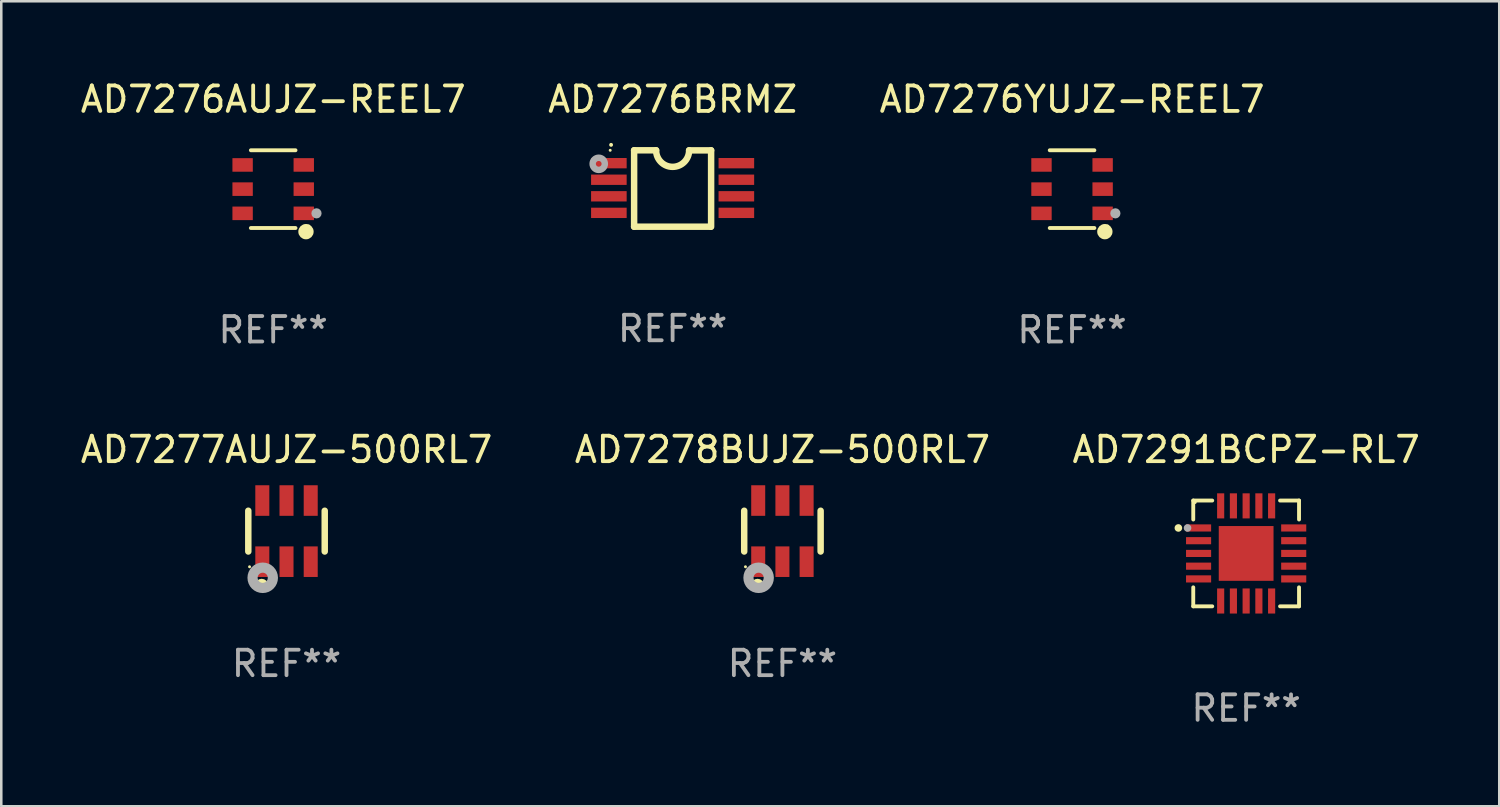
<source format=kicad_pcb>
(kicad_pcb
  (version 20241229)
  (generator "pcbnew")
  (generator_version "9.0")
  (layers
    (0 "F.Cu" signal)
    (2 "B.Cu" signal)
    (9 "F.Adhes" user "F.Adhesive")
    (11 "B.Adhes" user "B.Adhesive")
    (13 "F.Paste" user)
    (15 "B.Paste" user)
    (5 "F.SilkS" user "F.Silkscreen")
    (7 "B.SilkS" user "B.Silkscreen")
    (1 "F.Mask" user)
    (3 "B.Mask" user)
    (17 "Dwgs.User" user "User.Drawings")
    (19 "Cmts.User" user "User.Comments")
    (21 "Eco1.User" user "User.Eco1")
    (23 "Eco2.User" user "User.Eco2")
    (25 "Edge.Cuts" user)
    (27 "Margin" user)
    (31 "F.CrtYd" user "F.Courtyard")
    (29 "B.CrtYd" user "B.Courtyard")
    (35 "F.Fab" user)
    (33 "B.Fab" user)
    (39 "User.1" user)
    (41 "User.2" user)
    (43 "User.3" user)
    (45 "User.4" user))
  (footprint "AD7276BRMZ"
    (layer "F.Cu")
    (at 23.351 4.35)
    (property "Reference" "AD7276BRMZ" (at 0 -3.501 0) (layer "F.SilkS") (effects (font (size 1 1) (thickness 0.15))))
    (attr through_hole)
    (fp_line (start -1.511 -1.501) (end -1.511 1.499) (stroke (width 0.254) (type solid)) (layer "F.SilkS"))
    (fp_line (start -1.511 -1.501) (end -0.648 -1.501) (stroke (width 0.254) (type solid)) (layer "F.SilkS"))
    (fp_line (start -1.511 1.499) (end 1.489 1.499) (stroke (width 0.254) (type solid)) (layer "F.SilkS"))
    (fp_line (start 0.648 -1.499) (end 1.511 -1.499) (stroke (width 0.254) (type solid)) (layer "F.SilkS"))
    (fp_line (start 1.511 -1.499) (end 1.511 1.501) (stroke (width 0.254) (type solid)) (layer "F.SilkS"))
    (fp_arc (start -2.41491 -1.713233) (mid -2.414916 -1.714503) (end -2.41491 -1.715773) (stroke (width 0.150013) (type solid)) (layer "F.SilkS"))
    (fp_arc (start 0.647803 -1.498603) (mid 0.000102 -0.850902) (end -0.647599 -1.498603) (stroke (width 0.254001) (type solid)) (layer "F.SilkS"))
    (fp_circle (center -2.45 -1.501) (end -2.42 -1.501) (stroke (width 0.06) (type solid)) (fill no) (layer "F.SilkS"))
    (fp_circle (center -2.9 -0.97) (end -2.788 -0.97) (stroke (width 0.254) (type solid)) (fill no) (layer "F.Fab"))
    (fp_text user "REF**" (at 0 5.501 0) (layer "F.Fab") (effects (font (size 1 1) (thickness 0.15))))
    (pad "1" smd rect (at -2.502 -0.995) (size 1.397 0.406) (layers "F.Cu" "F.Mask" "F.Paste"))
    (pad "2" smd rect (at -2.502 -0.345) (size 1.397 0.406) (layers "F.Cu" "F.Mask" "F.Paste"))
    (pad "3" smd rect (at -2.502 0.305) (size 1.397 0.406) (layers "F.Cu" "F.Mask" "F.Paste"))
    (pad "4" smd rect (at -2.502 0.955) (size 1.397 0.406) (layers "F.Cu" "F.Mask" "F.Paste"))
    (pad "5" smd rect (at 2.502 0.955) (size 1.397 0.406) (layers "F.Cu" "F.Mask" "F.Paste"))
    (pad "6" smd rect (at 2.502 0.305) (size 1.397 0.406) (layers "F.Cu" "F.Mask" "F.Paste"))
    (pad "7" smd rect (at 2.502 -0.345) (size 1.397 0.406) (layers "F.Cu" "F.Mask" "F.Paste"))
    (pad "8" smd rect (at 2.502 -0.995) (size 1.397 0.406) (layers "F.Cu" "F.Mask" "F.Paste")))
  (footprint "AD7291BCPZ-RL7"
    (layer "F.Cu")
    (at 45.863 18.673)
    (property "Reference" "AD7291BCPZ-RL7" (at 0 -4.076 0) (layer "F.SilkS") (effects (font (size 1 1) (thickness 0.15))))
    (attr through_hole)
    (fp_line (start -2.076 -2.076) (end -2.076 -1.331) (stroke (width 0.152) (type solid)) (layer "F.SilkS"))
    (fp_line (start -2.076 2.076) (end -2.076 1.331) (stroke (width 0.152) (type solid)) (layer "F.SilkS"))
    (fp_line (start -1.331 -2.076) (end -2.076 -2.076) (stroke (width 0.152) (type solid)) (layer "F.SilkS"))
    (fp_line (start -1.331 2.076) (end -2.076 2.076) (stroke (width 0.152) (type solid)) (layer "F.SilkS"))
    (fp_line (start 1.331 -2.076) (end 2.076 -2.076) (stroke (width 0.152) (type solid)) (layer "F.SilkS"))
    (fp_line (start 1.331 2.076) (end 2.076 2.076) (stroke (width 0.152) (type solid)) (layer "F.SilkS"))
    (fp_line (start 2.076 -2.076) (end 2.076 -1.331) (stroke (width 0.152) (type solid)) (layer "F.SilkS"))
    (fp_line (start 2.076 2.076) (end 2.076 1.331) (stroke (width 0.152) (type solid)) (layer "F.SilkS"))
    (fp_circle (center -2.66 -1) (end -2.585 -1) (stroke (width 0.15) (type solid)) (fill no) (layer "F.SilkS"))
    (fp_circle (center -2 -2) (end -1.97 -2) (stroke (width 0.06) (type solid)) (fill no) (layer "F.SilkS"))
    (fp_circle (center -2.3 -1) (end -2.225 -1) (stroke (width 0.15) (type solid)) (fill no) (layer "F.Fab"))
    (fp_text user "REF**" (at 0 6.076 0) (layer "F.Fab") (effects (font (size 1 1) (thickness 0.15))))
    (pad "1" smd rect (at -1.867 -1) (size 0.985 0.28) (layers "F.Cu" "F.Mask" "F.Paste"))
    (pad "2" smd rect (at -1.867 -0.5) (size 0.985 0.28) (layers "F.Cu" "F.Mask" "F.Paste"))
    (pad "3" smd rect (at -1.867 0) (size 0.985 0.28) (layers "F.Cu" "F.Mask" "F.Paste"))
    (pad "4" smd rect (at -1.867 0.5) (size 0.985 0.28) (layers "F.Cu" "F.Mask" "F.Paste"))
    (pad "5" smd rect (at -1.867 1) (size 0.985 0.28) (layers "F.Cu" "F.Mask" "F.Paste"))
    (pad "6" smd rect (at -1 1.867) (size 0.28 0.985) (layers "F.Cu" "F.Mask" "F.Paste"))
    (pad "7" smd rect (at -0.5 1.867) (size 0.28 0.985) (layers "F.Cu" "F.Mask" "F.Paste"))
    (pad "8" smd rect (at 0 1.867) (size 0.28 0.985) (layers "F.Cu" "F.Mask" "F.Paste"))
    (pad "9" smd rect (at 0.5 1.867) (size 0.28 0.985) (layers "F.Cu" "F.Mask" "F.Paste"))
    (pad "10" smd rect (at 1 1.867) (size 0.28 0.985) (layers "F.Cu" "F.Mask" "F.Paste"))
    (pad "11" smd rect (at 1.867 1) (size 0.985 0.28) (layers "F.Cu" "F.Mask" "F.Paste"))
    (pad "12" smd rect (at 1.867 0.5) (size 0.985 0.28) (layers "F.Cu" "F.Mask" "F.Paste"))
    (pad "13" smd rect (at 1.867 0) (size 0.985 0.28) (layers "F.Cu" "F.Mask" "F.Paste"))
    (pad "14" smd rect (at 1.867 -0.5) (size 0.985 0.28) (layers "F.Cu" "F.Mask" "F.Paste"))
    (pad "15" smd rect (at 1.867 -1) (size 0.985 0.28) (layers "F.Cu" "F.Mask" "F.Paste"))
    (pad "16" smd rect (at 1 -1.867) (size 0.28 0.985) (layers "F.Cu" "F.Mask" "F.Paste"))
    (pad "17" smd rect (at 0.5 -1.867) (size 0.28 0.985) (layers "F.Cu" "F.Mask" "F.Paste"))
    (pad "18" smd rect (at 0 -1.867) (size 0.28 0.985) (layers "F.Cu" "F.Mask" "F.Paste"))
    (pad "19" smd rect (at -0.5 -1.867) (size 0.28 0.985) (layers "F.Cu" "F.Mask" "F.Paste"))
    (pad "20" smd rect (at -1 -1.867) (size 0.28 0.985) (layers "F.Cu" "F.Mask" "F.Paste"))
    (pad "21" smd rect (at 0 0) (size 2.15 2.15) (layers "F.Cu" "F.Mask" "F.Paste")))
  (footprint "AD7278BUJZ-500RL7"
    (layer "F.Cu")
    (at 27.661 17.797)
    (property "Reference" "AD7278BUJZ-500RL7" (at 0 -3.2 0) (layer "F.SilkS") (effects (font (size 1 1) (thickness 0.15))))
    (attr through_hole)
    (fp_line (start -1.5 0.8) (end -1.5 -0.8) (stroke (width 0.254) (type solid)) (layer "F.SilkS"))
    (fp_line (start 1.5 -0.8) (end 1.5 0.8) (stroke (width 0.254) (type solid)) (layer "F.SilkS"))
    (fp_circle (center -1.45 1.4) (end -1.42 1.4) (stroke (width 0.06) (type solid)) (fill no) (layer "F.SilkS"))
    (fp_circle (center -0.975 2.125) (end -0.848 2.125) (stroke (width 0.254) (type solid)) (fill no) (layer "F.SilkS"))
    (fp_circle (center -0.934 1.832) (end -0.735 1.832) (stroke (width 0.4) (type solid)) (fill no) (layer "F.Fab"))
    (fp_text user "REF**" (at 0 5.2 0) (layer "F.Fab") (effects (font (size 1 1) (thickness 0.15))))
    (pad "1" smd rect (at -0.95 1.2) (size 0.55 1.2) (layers "F.Cu" "F.Mask" "F.Paste"))
    (pad "2" smd rect (at 0 1.2) (size 0.55 1.2) (layers "F.Cu" "F.Mask" "F.Paste"))
    (pad "3" smd rect (at 0.95 1.2) (size 0.55 1.2) (layers "F.Cu" "F.Mask" "F.Paste"))
    (pad "4" smd rect (at 0.95 -1.2) (size 0.55 1.2) (layers "F.Cu" "F.Mask" "F.Paste"))
    (pad "5" smd rect (at 0 -1.2) (size 0.55 1.2) (layers "F.Cu" "F.Mask" "F.Paste"))
    (pad "6" smd rect (at -0.95 -1.2) (size 0.55 1.2) (layers "F.Cu" "F.Mask" "F.Paste")))
  (footprint "AD7276AUJZ-REEL7"
    (layer "F.Cu")
    (at 7.673 4.374)
    (property "Reference" "AD7276AUJZ-REEL7" (at 0 -3.526 0) (layer "F.SilkS") (effects (font (size 1 1) (thickness 0.15))))
    (attr through_hole)
    (fp_line (start 0.876 -1.526) (end -0.876 -1.526) (stroke (width 0.152) (type solid)) (layer "F.SilkS"))
    (fp_line (start 0.876 1.526) (end -0.876 1.526) (stroke (width 0.152) (type solid)) (layer "F.SilkS"))
    (fp_circle (center 1.287 1.669) (end 1.438 1.669) (stroke (width 0.3) (type solid)) (fill no) (layer "F.SilkS"))
    (fp_circle (center 1.4 1.45) (end 1.43 1.45) (stroke (width 0.06) (type solid)) (fill no) (layer "F.SilkS"))
    (fp_circle (center 1.7 0.95) (end 1.8 0.95) (stroke (width 0.2) (type solid)) (fill no) (layer "F.Fab"))
    (fp_text user "REF**" (at 0 5.526 0) (layer "F.Fab") (effects (font (size 1 1) (thickness 0.15))))
    (pad "1" smd rect (at 1.2 0.95) (size 0.8 0.532) (layers "F.Cu" "F.Mask" "F.Paste"))
    (pad "2" smd rect (at 1.2 0) (size 0.8 0.532) (layers "F.Cu" "F.Mask" "F.Paste"))
    (pad "3" smd rect (at 1.2 -0.95) (size 0.8 0.532) (layers "F.Cu" "F.Mask" "F.Paste"))
    (pad "4" smd rect (at -1.2 -0.95) (size 0.8 0.532) (layers "F.Cu" "F.Mask" "F.Paste"))
    (pad "5" smd rect (at -1.2 0) (size 0.8 0.532) (layers "F.Cu" "F.Mask" "F.Paste"))
    (pad "6" smd rect (at -1.2 0.95) (size 0.8 0.532) (layers "F.Cu" "F.Mask" "F.Paste")))
  (footprint "AD7276YUJZ-REEL7"
    (layer "F.Cu")
    (at 39.03 4.374)
    (property "Reference" "AD7276YUJZ-REEL7" (at 0 -3.526 0) (layer "F.SilkS") (effects (font (size 1 1) (thickness 0.15))))
    (attr through_hole)
    (fp_line (start 0.876 -1.526) (end -0.876 -1.526) (stroke (width 0.152) (type solid)) (layer "F.SilkS"))
    (fp_line (start 0.876 1.526) (end -0.876 1.526) (stroke (width 0.152) (type solid)) (layer "F.SilkS"))
    (fp_circle (center 1.287 1.669) (end 1.438 1.669) (stroke (width 0.3) (type solid)) (fill no) (layer "F.SilkS"))
    (fp_circle (center 1.4 1.45) (end 1.43 1.45) (stroke (width 0.06) (type solid)) (fill no) (layer "F.SilkS"))
    (fp_circle (center 1.7 0.95) (end 1.8 0.95) (stroke (width 0.2) (type solid)) (fill no) (layer "F.Fab"))
    (fp_text user "REF**" (at 0 5.526 0) (layer "F.Fab") (effects (font (size 1 1) (thickness 0.15))))
    (pad "1" smd rect (at 1.2 0.95) (size 0.8 0.532) (layers "F.Cu" "F.Mask" "F.Paste"))
    (pad "2" smd rect (at 1.2 0) (size 0.8 0.532) (layers "F.Cu" "F.Mask" "F.Paste"))
    (pad "3" smd rect (at 1.2 -0.95) (size 0.8 0.532) (layers "F.Cu" "F.Mask" "F.Paste"))
    (pad "4" smd rect (at -1.2 -0.95) (size 0.8 0.532) (layers "F.Cu" "F.Mask" "F.Paste"))
    (pad "5" smd rect (at -1.2 0) (size 0.8 0.532) (layers "F.Cu" "F.Mask" "F.Paste"))
    (pad "6" smd rect (at -1.2 0.95) (size 0.8 0.532) (layers "F.Cu" "F.Mask" "F.Paste")))
  (footprint "AD7277AUJZ-500RL7"
    (layer "F.Cu")
    (at 8.196 17.797)
    (property "Reference" "AD7277AUJZ-500RL7" (at 0 -3.2 0) (layer "F.SilkS") (effects (font (size 1 1) (thickness 0.15))))
    (attr through_hole)
    (fp_line (start -1.5 0.8) (end -1.5 -0.8) (stroke (width 0.254) (type solid)) (layer "F.SilkS"))
    (fp_line (start 1.5 -0.8) (end 1.5 0.8) (stroke (width 0.254) (type solid)) (layer "F.SilkS"))
    (fp_circle (center -1.45 1.4) (end -1.42 1.4) (stroke (width 0.06) (type solid)) (fill no) (layer "F.SilkS"))
    (fp_circle (center -0.975 2.125) (end -0.848 2.125) (stroke (width 0.254) (type solid)) (fill no) (layer "F.SilkS"))
    (fp_circle (center -0.934 1.832) (end -0.735 1.832) (stroke (width 0.4) (type solid)) (fill no) (layer "F.Fab"))
    (fp_text user "REF**" (at 0 5.2 0) (layer "F.Fab") (effects (font (size 1 1) (thickness 0.15))))
    (pad "1" smd rect (at -0.95 1.2) (size 0.55 1.2) (layers "F.Cu" "F.Mask" "F.Paste"))
    (pad "2" smd rect (at 0 1.2) (size 0.55 1.2) (layers "F.Cu" "F.Mask" "F.Paste"))
    (pad "3" smd rect (at 0.95 1.2) (size 0.55 1.2) (layers "F.Cu" "F.Mask" "F.Paste"))
    (pad "4" smd rect (at 0.95 -1.2) (size 0.55 1.2) (layers "F.Cu" "F.Mask" "F.Paste"))
    (pad "5" smd rect (at 0 -1.2) (size 0.55 1.2) (layers "F.Cu" "F.Mask" "F.Paste"))
    (pad "6" smd rect (at -0.95 -1.2) (size 0.55 1.2) (layers "F.Cu" "F.Mask" "F.Paste")))
  (gr_rect
    (start -3 -3)
    (end 55.798 28.598)
    (stroke (width 0.1) (type default))
    (fill no)
    (layer "Edge.Cuts")))
</source>
